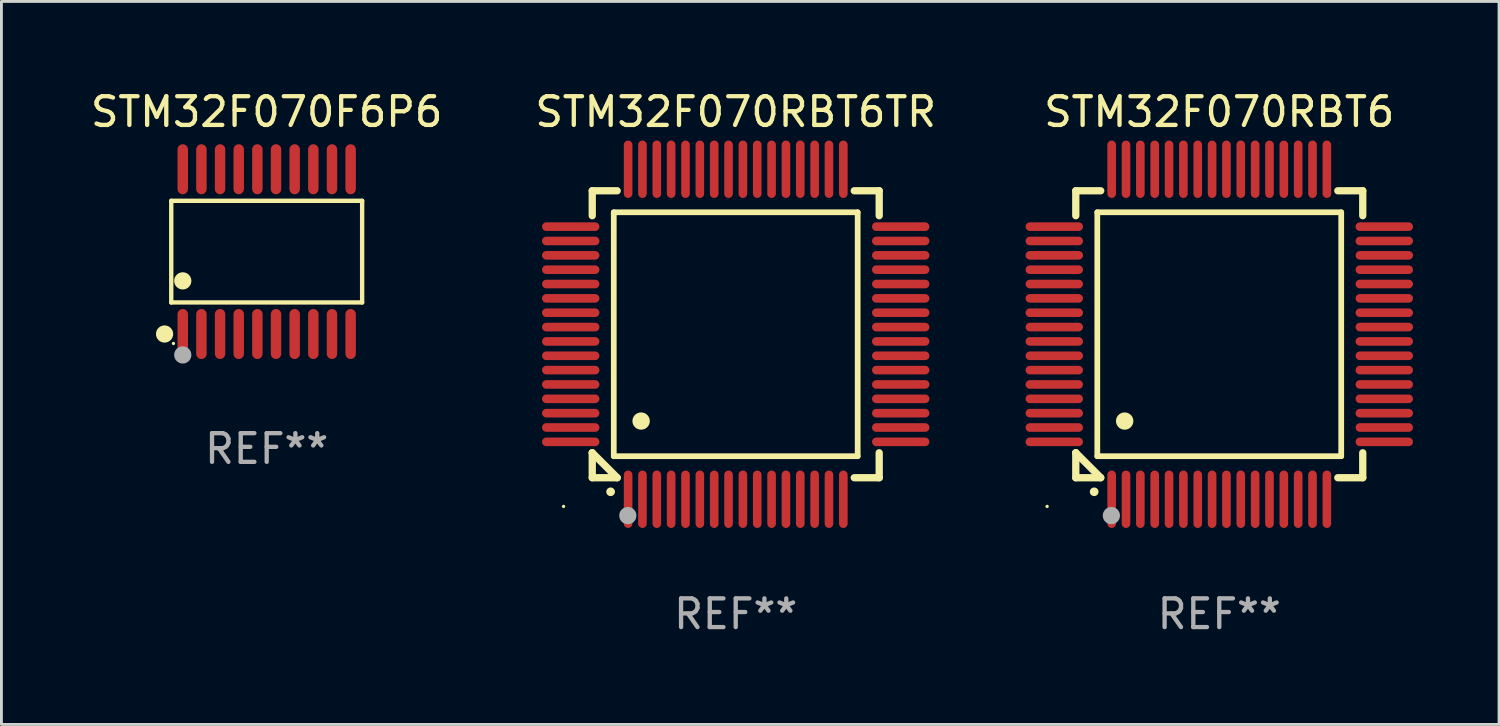
<source format=kicad_pcb>
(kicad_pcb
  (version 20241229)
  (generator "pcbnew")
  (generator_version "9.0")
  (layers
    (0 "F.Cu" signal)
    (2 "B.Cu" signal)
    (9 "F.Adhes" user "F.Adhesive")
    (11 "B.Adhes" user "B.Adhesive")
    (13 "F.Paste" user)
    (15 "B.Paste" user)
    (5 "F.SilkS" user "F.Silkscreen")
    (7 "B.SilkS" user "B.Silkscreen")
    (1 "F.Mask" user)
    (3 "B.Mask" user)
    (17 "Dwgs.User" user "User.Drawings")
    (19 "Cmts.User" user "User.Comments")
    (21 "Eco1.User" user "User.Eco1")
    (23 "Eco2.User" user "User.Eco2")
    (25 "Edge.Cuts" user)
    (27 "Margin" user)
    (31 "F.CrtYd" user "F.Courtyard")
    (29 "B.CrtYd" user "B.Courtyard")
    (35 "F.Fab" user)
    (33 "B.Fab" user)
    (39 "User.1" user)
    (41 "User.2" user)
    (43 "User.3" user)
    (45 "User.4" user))
  (footprint "STM32F070RBT6"
    (layer "F.Cu")
    (at 39.44 8.598)
    (property "Reference" "STM32F070RBT6" (at 0 -7.75 0) (layer "F.SilkS") (effects (font (size 1 1) (thickness 0.15))))
    (attr through_hole)
    (fp_line (start -5 -5) (end -4.131 -5) (stroke (width 0.254) (type solid)) (layer "F.SilkS"))
    (fp_line (start -5 -4.131) (end -5 -5) (stroke (width 0.254) (type solid)) (layer "F.SilkS"))
    (fp_line (start -5 4.131) (end -5 4.131) (stroke (width 0.254) (type solid)) (layer "F.SilkS"))
    (fp_line (start -5 5) (end -5 4.131) (stroke (width 0.254) (type solid)) (layer "F.SilkS"))
    (fp_line (start -5 4.131) (end -4.131 5) (stroke (width 0.254) (type solid)) (layer "F.SilkS"))
    (fp_line (start -4.25 -4.25) (end -4.25 4.25) (stroke (width 0.2) (type solid)) (layer "F.SilkS"))
    (fp_line (start -4.25 4.25) (end 4.25 4.25) (stroke (width 0.2) (type solid)) (layer "F.SilkS"))
    (fp_line (start -4.131 5) (end -5 5) (stroke (width 0.254) (type solid)) (layer "F.SilkS"))
    (fp_line (start 4.25 -4.25) (end -4.25 -4.25) (stroke (width 0.2) (type solid)) (layer "F.SilkS"))
    (fp_line (start 4.25 4.25) (end 4.25 -4.25) (stroke (width 0.2) (type solid)) (layer "F.SilkS"))
    (fp_line (start 5 -5) (end 4.131 -5) (stroke (width 0.254) (type solid)) (layer "F.SilkS"))
    (fp_line (start 5 -5) (end 5 -4.131) (stroke (width 0.254) (type solid)) (layer "F.SilkS"))
    (fp_line (start 5 4.131) (end 5 5) (stroke (width 0.254) (type solid)) (layer "F.SilkS"))
    (fp_line (start 5 5) (end 4.131 5) (stroke (width 0.254) (type solid)) (layer "F.SilkS"))
    (fp_arc (start -4.361265 5.489992) (mid -4.359995 5.489987) (end -4.358725 5.489992) (stroke (width 0.3) (type solid)) (layer "F.SilkS"))
    (fp_arc (start -3.299467 3.025146) (mid -3.296927 3.025135) (end -3.294387 3.025146) (stroke (width 0.6) (type solid)) (layer "F.SilkS"))
    (fp_circle (center -6 6) (end -5.97 6) (stroke (width 0.06) (type solid)) (fill no) (layer "F.SilkS"))
    (fp_circle (center -3.76 6.32) (end -3.61 6.32) (stroke (width 0.3) (type solid)) (fill no) (layer "F.Fab"))
    (fp_text user "REF**" (at 0 9.75 0) (layer "F.Fab") (effects (font (size 1 1) (thickness 0.15))))
    (pad "1" smd oval (at -3.75 5.75) (size 0.3 2) (layers "F.Cu" "F.Mask" "F.Paste"))
    (pad "2" smd oval (at -3.25 5.75) (size 0.3 2) (layers "F.Cu" "F.Mask" "F.Paste"))
    (pad "3" smd oval (at -2.75 5.75) (size 0.3 2) (layers "F.Cu" "F.Mask" "F.Paste"))
    (pad "4" smd oval (at -2.25 5.75) (size 0.3 2) (layers "F.Cu" "F.Mask" "F.Paste"))
    (pad "5" smd oval (at -1.75 5.75) (size 0.3 2) (layers "F.Cu" "F.Mask" "F.Paste"))
    (pad "6" smd oval (at -1.25 5.75) (size 0.3 2) (layers "F.Cu" "F.Mask" "F.Paste"))
    (pad "7" smd oval (at -0.75 5.75) (size 0.3 2) (layers "F.Cu" "F.Mask" "F.Paste"))
    (pad "8" smd oval (at -0.25 5.75) (size 0.3 2) (layers "F.Cu" "F.Mask" "F.Paste"))
    (pad "9" smd oval (at 0.25 5.75) (size 0.3 2) (layers "F.Cu" "F.Mask" "F.Paste"))
    (pad "10" smd oval (at 0.75 5.75) (size 0.3 2) (layers "F.Cu" "F.Mask" "F.Paste"))
    (pad "11" smd oval (at 1.25 5.75) (size 0.3 2) (layers "F.Cu" "F.Mask" "F.Paste"))
    (pad "12" smd oval (at 1.75 5.75) (size 0.3 2) (layers "F.Cu" "F.Mask" "F.Paste"))
    (pad "13" smd oval (at 2.25 5.75) (size 0.3 2) (layers "F.Cu" "F.Mask" "F.Paste"))
    (pad "14" smd oval (at 2.75 5.75) (size 0.3 2) (layers "F.Cu" "F.Mask" "F.Paste"))
    (pad "15" smd oval (at 3.25 5.75) (size 0.3 2) (layers "F.Cu" "F.Mask" "F.Paste"))
    (pad "16" smd oval (at 3.75 5.75) (size 0.3 2) (layers "F.Cu" "F.Mask" "F.Paste"))
    (pad "17" smd oval (at 5.75 3.75) (size 2 0.3) (layers "F.Cu" "F.Mask" "F.Paste"))
    (pad "18" smd oval (at 5.75 3.25) (size 2 0.3) (layers "F.Cu" "F.Mask" "F.Paste"))
    (pad "19" smd oval (at 5.75 2.75) (size 2 0.3) (layers "F.Cu" "F.Mask" "F.Paste"))
    (pad "20" smd oval (at 5.75 2.25) (size 2 0.3) (layers "F.Cu" "F.Mask" "F.Paste"))
    (pad "21" smd oval (at 5.75 1.75) (size 2 0.3) (layers "F.Cu" "F.Mask" "F.Paste"))
    (pad "22" smd oval (at 5.75 1.25) (size 2 0.3) (layers "F.Cu" "F.Mask" "F.Paste"))
    (pad "23" smd oval (at 5.75 0.75) (size 2 0.3) (layers "F.Cu" "F.Mask" "F.Paste"))
    (pad "24" smd oval (at 5.75 0.25) (size 2 0.3) (layers "F.Cu" "F.Mask" "F.Paste"))
    (pad "25" smd oval (at 5.75 -0.25) (size 2 0.3) (layers "F.Cu" "F.Mask" "F.Paste"))
    (pad "26" smd oval (at 5.75 -0.75) (size 2 0.3) (layers "F.Cu" "F.Mask" "F.Paste"))
    (pad "27" smd oval (at 5.75 -1.25) (size 2 0.3) (layers "F.Cu" "F.Mask" "F.Paste"))
    (pad "28" smd oval (at 5.75 -1.75) (size 2 0.3) (layers "F.Cu" "F.Mask" "F.Paste"))
    (pad "29" smd oval (at 5.75 -2.25) (size 2 0.3) (layers "F.Cu" "F.Mask" "F.Paste"))
    (pad "30" smd oval (at 5.75 -2.75) (size 2 0.3) (layers "F.Cu" "F.Mask" "F.Paste"))
    (pad "31" smd oval (at 5.75 -3.25) (size 2 0.3) (layers "F.Cu" "F.Mask" "F.Paste"))
    (pad "32" smd oval (at 5.75 -3.75) (size 2 0.3) (layers "F.Cu" "F.Mask" "F.Paste"))
    (pad "33" smd oval (at 3.75 -5.75) (size 0.3 2) (layers "F.Cu" "F.Mask" "F.Paste"))
    (pad "34" smd oval (at 3.25 -5.75) (size 0.3 2) (layers "F.Cu" "F.Mask" "F.Paste"))
    (pad "35" smd oval (at 2.75 -5.75) (size 0.3 2) (layers "F.Cu" "F.Mask" "F.Paste"))
    (pad "36" smd oval (at 2.25 -5.75) (size 0.3 2) (layers "F.Cu" "F.Mask" "F.Paste"))
    (pad "37" smd oval (at 1.75 -5.75) (size 0.3 2) (layers "F.Cu" "F.Mask" "F.Paste"))
    (pad "38" smd oval (at 1.25 -5.75) (size 0.3 2) (layers "F.Cu" "F.Mask" "F.Paste"))
    (pad "39" smd oval (at 0.75 -5.75) (size 0.3 2) (layers "F.Cu" "F.Mask" "F.Paste"))
    (pad "40" smd oval (at 0.25 -5.75) (size 0.3 2) (layers "F.Cu" "F.Mask" "F.Paste"))
    (pad "41" smd oval (at -0.25 -5.75) (size 0.3 2) (layers "F.Cu" "F.Mask" "F.Paste"))
    (pad "42" smd oval (at -0.75 -5.75) (size 0.3 2) (layers "F.Cu" "F.Mask" "F.Paste"))
    (pad "43" smd oval (at -1.25 -5.75) (size 0.3 2) (layers "F.Cu" "F.Mask" "F.Paste"))
    (pad "44" smd oval (at -1.75 -5.75) (size 0.3 2) (layers "F.Cu" "F.Mask" "F.Paste"))
    (pad "45" smd oval (at -2.25 -5.75) (size 0.3 2) (layers "F.Cu" "F.Mask" "F.Paste"))
    (pad "46" smd oval (at -2.75 -5.75) (size 0.3 2) (layers "F.Cu" "F.Mask" "F.Paste"))
    (pad "47" smd oval (at -3.25 -5.75) (size 0.3 2) (layers "F.Cu" "F.Mask" "F.Paste"))
    (pad "48" smd oval (at -3.75 -5.75) (size 0.3 2) (layers "F.Cu" "F.Mask" "F.Paste"))
    (pad "49" smd oval (at -5.75 -3.75) (size 2 0.3) (layers "F.Cu" "F.Mask" "F.Paste"))
    (pad "50" smd oval (at -5.75 -3.25) (size 2 0.3) (layers "F.Cu" "F.Mask" "F.Paste"))
    (pad "51" smd oval (at -5.75 -2.75) (size 2 0.3) (layers "F.Cu" "F.Mask" "F.Paste"))
    (pad "52" smd oval (at -5.75 -2.25) (size 2 0.3) (layers "F.Cu" "F.Mask" "F.Paste"))
    (pad "53" smd oval (at -5.75 -1.75) (size 2 0.3) (layers "F.Cu" "F.Mask" "F.Paste"))
    (pad "54" smd oval (at -5.75 -1.25) (size 2 0.3) (layers "F.Cu" "F.Mask" "F.Paste"))
    (pad "55" smd oval (at -5.75 -0.75) (size 2 0.3) (layers "F.Cu" "F.Mask" "F.Paste"))
    (pad "56" smd oval (at -5.75 -0.25) (size 2 0.3) (layers "F.Cu" "F.Mask" "F.Paste"))
    (pad "57" smd oval (at -5.75 0.25) (size 2 0.3) (layers "F.Cu" "F.Mask" "F.Paste"))
    (pad "58" smd oval (at -5.75 0.75) (size 2 0.3) (layers "F.Cu" "F.Mask" "F.Paste"))
    (pad "59" smd oval (at -5.75 1.25) (size 2 0.3) (layers "F.Cu" "F.Mask" "F.Paste"))
    (pad "60" smd oval (at -5.75 1.75) (size 2 0.3) (layers "F.Cu" "F.Mask" "F.Paste"))
    (pad "61" smd oval (at -5.75 2.25) (size 2 0.3) (layers "F.Cu" "F.Mask" "F.Paste"))
    (pad "62" smd oval (at -5.75 2.75) (size 2 0.3) (layers "F.Cu" "F.Mask" "F.Paste"))
    (pad "63" smd oval (at -5.75 3.25) (size 2 0.3) (layers "F.Cu" "F.Mask" "F.Paste"))
    (pad "64" smd oval (at -5.75 3.75) (size 2 0.3) (layers "F.Cu" "F.Mask" "F.Paste")))
  (footprint "STM32F070F6P6"
    (layer "F.Cu")
    (at 6.244 5.719)
    (property "Reference" "STM32F070F6P6" (at 0 -4.871 0) (layer "F.SilkS") (effects (font (size 1 1) (thickness 0.15))))
    (attr through_hole)
    (fp_line (start -3.326 -1.771) (end 3.326 -1.771) (stroke (width 0.152) (type solid)) (layer "F.SilkS"))
    (fp_line (start -3.326 1.771) (end -3.326 -1.771) (stroke (width 0.152) (type solid)) (layer "F.SilkS"))
    (fp_line (start 3.326 -1.771) (end 3.326 1.771) (stroke (width 0.152) (type solid)) (layer "F.SilkS"))
    (fp_line (start 3.326 1.771) (end -3.326 1.771) (stroke (width 0.152) (type solid)) (layer "F.SilkS"))
    (fp_circle (center -3.559 2.871) (end -3.409 2.871) (stroke (width 0.3) (type solid)) (fill no) (layer "F.SilkS"))
    (fp_circle (center -3.25 3.2) (end -3.22 3.2) (stroke (width 0.06) (type solid)) (fill no) (layer "F.SilkS"))
    (fp_circle (center -2.925 1.019) (end -2.775 1.019) (stroke (width 0.3) (type solid)) (fill no) (layer "F.SilkS"))
    (fp_circle (center -2.925 3.6) (end -2.775 3.6) (stroke (width 0.3) (type solid)) (fill no) (layer "F.Fab"))
    (fp_text user "REF**" (at 0 6.871 0) (layer "F.Fab") (effects (font (size 1 1) (thickness 0.15))))
    (pad "1" smd oval (at -2.925 2.871) (size 0.364 1.742) (layers "F.Cu" "F.Mask" "F.Paste"))
    (pad "2" smd oval (at -2.275 2.871) (size 0.364 1.742) (layers "F.Cu" "F.Mask" "F.Paste"))
    (pad "3" smd oval (at -1.625 2.871) (size 0.364 1.742) (layers "F.Cu" "F.Mask" "F.Paste"))
    (pad "4" smd oval (at -0.975 2.871) (size 0.364 1.742) (layers "F.Cu" "F.Mask" "F.Paste"))
    (pad "5" smd oval (at -0.325 2.871) (size 0.364 1.742) (layers "F.Cu" "F.Mask" "F.Paste"))
    (pad "6" smd oval (at 0.325 2.871) (size 0.364 1.742) (layers "F.Cu" "F.Mask" "F.Paste"))
    (pad "7" smd oval (at 0.975 2.871) (size 0.364 1.742) (layers "F.Cu" "F.Mask" "F.Paste"))
    (pad "8" smd oval (at 1.625 2.871) (size 0.364 1.742) (layers "F.Cu" "F.Mask" "F.Paste"))
    (pad "9" smd oval (at 2.275 2.871) (size 0.364 1.742) (layers "F.Cu" "F.Mask" "F.Paste"))
    (pad "10" smd oval (at 2.925 2.871) (size 0.364 1.742) (layers "F.Cu" "F.Mask" "F.Paste"))
    (pad "11" smd oval (at 2.925 -2.871) (size 0.364 1.742) (layers "F.Cu" "F.Mask" "F.Paste"))
    (pad "12" smd oval (at 2.275 -2.871) (size 0.364 1.742) (layers "F.Cu" "F.Mask" "F.Paste"))
    (pad "13" smd oval (at 1.625 -2.871) (size 0.364 1.742) (layers "F.Cu" "F.Mask" "F.Paste"))
    (pad "14" smd oval (at 0.975 -2.871) (size 0.364 1.742) (layers "F.Cu" "F.Mask" "F.Paste"))
    (pad "15" smd oval (at 0.325 -2.871) (size 0.364 1.742) (layers "F.Cu" "F.Mask" "F.Paste"))
    (pad "16" smd oval (at -0.325 -2.871) (size 0.364 1.742) (layers "F.Cu" "F.Mask" "F.Paste"))
    (pad "17" smd oval (at -0.975 -2.871) (size 0.364 1.742) (layers "F.Cu" "F.Mask" "F.Paste"))
    (pad "18" smd oval (at -1.625 -2.871) (size 0.364 1.742) (layers "F.Cu" "F.Mask" "F.Paste"))
    (pad "19" smd oval (at -2.275 -2.871) (size 0.364 1.742) (layers "F.Cu" "F.Mask" "F.Paste"))
    (pad "20" smd oval (at -2.925 -2.871) (size 0.364 1.742) (layers "F.Cu" "F.Mask" "F.Paste")))
  (footprint "STM32F070RBT6TR"
    (layer "F.Cu")
    (at 22.589 8.598)
    (property "Reference" "STM32F070RBT6TR" (at 0 -7.75 0) (layer "F.SilkS") (effects (font (size 1 1) (thickness 0.15))))
    (attr through_hole)
    (fp_line (start -5 -5) (end -4.131 -5) (stroke (width 0.254) (type solid)) (layer "F.SilkS"))
    (fp_line (start -5 -4.131) (end -5 -5) (stroke (width 0.254) (type solid)) (layer "F.SilkS"))
    (fp_line (start -5 4.131) (end -5 4.131) (stroke (width 0.254) (type solid)) (layer "F.SilkS"))
    (fp_line (start -5 5) (end -5 4.131) (stroke (width 0.254) (type solid)) (layer "F.SilkS"))
    (fp_line (start -5 4.131) (end -4.131 5) (stroke (width 0.254) (type solid)) (layer "F.SilkS"))
    (fp_line (start -4.25 -4.25) (end -4.25 4.25) (stroke (width 0.2) (type solid)) (layer "F.SilkS"))
    (fp_line (start -4.25 4.25) (end 4.25 4.25) (stroke (width 0.2) (type solid)) (layer "F.SilkS"))
    (fp_line (start -4.131 5) (end -5 5) (stroke (width 0.254) (type solid)) (layer "F.SilkS"))
    (fp_line (start 4.25 -4.25) (end -4.25 -4.25) (stroke (width 0.2) (type solid)) (layer "F.SilkS"))
    (fp_line (start 4.25 4.25) (end 4.25 -4.25) (stroke (width 0.2) (type solid)) (layer "F.SilkS"))
    (fp_line (start 5 -5) (end 4.131 -5) (stroke (width 0.254) (type solid)) (layer "F.SilkS"))
    (fp_line (start 5 -5) (end 5 -4.131) (stroke (width 0.254) (type solid)) (layer "F.SilkS"))
    (fp_line (start 5 4.131) (end 5 5) (stroke (width 0.254) (type solid)) (layer "F.SilkS"))
    (fp_line (start 5 5) (end 4.131 5) (stroke (width 0.254) (type solid)) (layer "F.SilkS"))
    (fp_arc (start -4.361265 5.489992) (mid -4.359995 5.489987) (end -4.358725 5.489992) (stroke (width 0.3) (type solid)) (layer "F.SilkS"))
    (fp_arc (start -3.299467 3.025146) (mid -3.296927 3.025135) (end -3.294387 3.025146) (stroke (width 0.6) (type solid)) (layer "F.SilkS"))
    (fp_circle (center -6 6) (end -5.97 6) (stroke (width 0.06) (type solid)) (fill no) (layer "F.SilkS"))
    (fp_circle (center -3.76 6.32) (end -3.61 6.32) (stroke (width 0.3) (type solid)) (fill no) (layer "F.Fab"))
    (fp_text user "REF**" (at 0 9.75 0) (layer "F.Fab") (effects (font (size 1 1) (thickness 0.15))))
    (pad "1" smd oval (at -3.75 5.75) (size 0.3 2) (layers "F.Cu" "F.Mask" "F.Paste"))
    (pad "2" smd oval (at -3.25 5.75) (size 0.3 2) (layers "F.Cu" "F.Mask" "F.Paste"))
    (pad "3" smd oval (at -2.75 5.75) (size 0.3 2) (layers "F.Cu" "F.Mask" "F.Paste"))
    (pad "4" smd oval (at -2.25 5.75) (size 0.3 2) (layers "F.Cu" "F.Mask" "F.Paste"))
    (pad "5" smd oval (at -1.75 5.75) (size 0.3 2) (layers "F.Cu" "F.Mask" "F.Paste"))
    (pad "6" smd oval (at -1.25 5.75) (size 0.3 2) (layers "F.Cu" "F.Mask" "F.Paste"))
    (pad "7" smd oval (at -0.75 5.75) (size 0.3 2) (layers "F.Cu" "F.Mask" "F.Paste"))
    (pad "8" smd oval (at -0.25 5.75) (size 0.3 2) (layers "F.Cu" "F.Mask" "F.Paste"))
    (pad "9" smd oval (at 0.25 5.75) (size 0.3 2) (layers "F.Cu" "F.Mask" "F.Paste"))
    (pad "10" smd oval (at 0.75 5.75) (size 0.3 2) (layers "F.Cu" "F.Mask" "F.Paste"))
    (pad "11" smd oval (at 1.25 5.75) (size 0.3 2) (layers "F.Cu" "F.Mask" "F.Paste"))
    (pad "12" smd oval (at 1.75 5.75) (size 0.3 2) (layers "F.Cu" "F.Mask" "F.Paste"))
    (pad "13" smd oval (at 2.25 5.75) (size 0.3 2) (layers "F.Cu" "F.Mask" "F.Paste"))
    (pad "14" smd oval (at 2.75 5.75) (size 0.3 2) (layers "F.Cu" "F.Mask" "F.Paste"))
    (pad "15" smd oval (at 3.25 5.75) (size 0.3 2) (layers "F.Cu" "F.Mask" "F.Paste"))
    (pad "16" smd oval (at 3.75 5.75) (size 0.3 2) (layers "F.Cu" "F.Mask" "F.Paste"))
    (pad "17" smd oval (at 5.75 3.75) (size 2 0.3) (layers "F.Cu" "F.Mask" "F.Paste"))
    (pad "18" smd oval (at 5.75 3.25) (size 2 0.3) (layers "F.Cu" "F.Mask" "F.Paste"))
    (pad "19" smd oval (at 5.75 2.75) (size 2 0.3) (layers "F.Cu" "F.Mask" "F.Paste"))
    (pad "20" smd oval (at 5.75 2.25) (size 2 0.3) (layers "F.Cu" "F.Mask" "F.Paste"))
    (pad "21" smd oval (at 5.75 1.75) (size 2 0.3) (layers "F.Cu" "F.Mask" "F.Paste"))
    (pad "22" smd oval (at 5.75 1.25) (size 2 0.3) (layers "F.Cu" "F.Mask" "F.Paste"))
    (pad "23" smd oval (at 5.75 0.75) (size 2 0.3) (layers "F.Cu" "F.Mask" "F.Paste"))
    (pad "24" smd oval (at 5.75 0.25) (size 2 0.3) (layers "F.Cu" "F.Mask" "F.Paste"))
    (pad "25" smd oval (at 5.75 -0.25) (size 2 0.3) (layers "F.Cu" "F.Mask" "F.Paste"))
    (pad "26" smd oval (at 5.75 -0.75) (size 2 0.3) (layers "F.Cu" "F.Mask" "F.Paste"))
    (pad "27" smd oval (at 5.75 -1.25) (size 2 0.3) (layers "F.Cu" "F.Mask" "F.Paste"))
    (pad "28" smd oval (at 5.75 -1.75) (size 2 0.3) (layers "F.Cu" "F.Mask" "F.Paste"))
    (pad "29" smd oval (at 5.75 -2.25) (size 2 0.3) (layers "F.Cu" "F.Mask" "F.Paste"))
    (pad "30" smd oval (at 5.75 -2.75) (size 2 0.3) (layers "F.Cu" "F.Mask" "F.Paste"))
    (pad "31" smd oval (at 5.75 -3.25) (size 2 0.3) (layers "F.Cu" "F.Mask" "F.Paste"))
    (pad "32" smd oval (at 5.75 -3.75) (size 2 0.3) (layers "F.Cu" "F.Mask" "F.Paste"))
    (pad "33" smd oval (at 3.75 -5.75) (size 0.3 2) (layers "F.Cu" "F.Mask" "F.Paste"))
    (pad "34" smd oval (at 3.25 -5.75) (size 0.3 2) (layers "F.Cu" "F.Mask" "F.Paste"))
    (pad "35" smd oval (at 2.75 -5.75) (size 0.3 2) (layers "F.Cu" "F.Mask" "F.Paste"))
    (pad "36" smd oval (at 2.25 -5.75) (size 0.3 2) (layers "F.Cu" "F.Mask" "F.Paste"))
    (pad "37" smd oval (at 1.75 -5.75) (size 0.3 2) (layers "F.Cu" "F.Mask" "F.Paste"))
    (pad "38" smd oval (at 1.25 -5.75) (size 0.3 2) (layers "F.Cu" "F.Mask" "F.Paste"))
    (pad "39" smd oval (at 0.75 -5.75) (size 0.3 2) (layers "F.Cu" "F.Mask" "F.Paste"))
    (pad "40" smd oval (at 0.25 -5.75) (size 0.3 2) (layers "F.Cu" "F.Mask" "F.Paste"))
    (pad "41" smd oval (at -0.25 -5.75) (size 0.3 2) (layers "F.Cu" "F.Mask" "F.Paste"))
    (pad "42" smd oval (at -0.75 -5.75) (size 0.3 2) (layers "F.Cu" "F.Mask" "F.Paste"))
    (pad "43" smd oval (at -1.25 -5.75) (size 0.3 2) (layers "F.Cu" "F.Mask" "F.Paste"))
    (pad "44" smd oval (at -1.75 -5.75) (size 0.3 2) (layers "F.Cu" "F.Mask" "F.Paste"))
    (pad "45" smd oval (at -2.25 -5.75) (size 0.3 2) (layers "F.Cu" "F.Mask" "F.Paste"))
    (pad "46" smd oval (at -2.75 -5.75) (size 0.3 2) (layers "F.Cu" "F.Mask" "F.Paste"))
    (pad "47" smd oval (at -3.25 -5.75) (size 0.3 2) (layers "F.Cu" "F.Mask" "F.Paste"))
    (pad "48" smd oval (at -3.75 -5.75) (size 0.3 2) (layers "F.Cu" "F.Mask" "F.Paste"))
    (pad "49" smd oval (at -5.75 -3.75) (size 2 0.3) (layers "F.Cu" "F.Mask" "F.Paste"))
    (pad "50" smd oval (at -5.75 -3.25) (size 2 0.3) (layers "F.Cu" "F.Mask" "F.Paste"))
    (pad "51" smd oval (at -5.75 -2.75) (size 2 0.3) (layers "F.Cu" "F.Mask" "F.Paste"))
    (pad "52" smd oval (at -5.75 -2.25) (size 2 0.3) (layers "F.Cu" "F.Mask" "F.Paste"))
    (pad "53" smd oval (at -5.75 -1.75) (size 2 0.3) (layers "F.Cu" "F.Mask" "F.Paste"))
    (pad "54" smd oval (at -5.75 -1.25) (size 2 0.3) (layers "F.Cu" "F.Mask" "F.Paste"))
    (pad "55" smd oval (at -5.75 -0.75) (size 2 0.3) (layers "F.Cu" "F.Mask" "F.Paste"))
    (pad "56" smd oval (at -5.75 -0.25) (size 2 0.3) (layers "F.Cu" "F.Mask" "F.Paste"))
    (pad "57" smd oval (at -5.75 0.25) (size 2 0.3) (layers "F.Cu" "F.Mask" "F.Paste"))
    (pad "58" smd oval (at -5.75 0.75) (size 2 0.3) (layers "F.Cu" "F.Mask" "F.Paste"))
    (pad "59" smd oval (at -5.75 1.25) (size 2 0.3) (layers "F.Cu" "F.Mask" "F.Paste"))
    (pad "60" smd oval (at -5.75 1.75) (size 2 0.3) (layers "F.Cu" "F.Mask" "F.Paste"))
    (pad "61" smd oval (at -5.75 2.25) (size 2 0.3) (layers "F.Cu" "F.Mask" "F.Paste"))
    (pad "62" smd oval (at -5.75 2.75) (size 2 0.3) (layers "F.Cu" "F.Mask" "F.Paste"))
    (pad "63" smd oval (at -5.75 3.25) (size 2 0.3) (layers "F.Cu" "F.Mask" "F.Paste"))
    (pad "64" smd oval (at -5.75 3.75) (size 2 0.3) (layers "F.Cu" "F.Mask" "F.Paste")))
  (gr_rect
    (start -3 -3)
    (end 49.19 22.196)
    (stroke (width 0.1) (type default))
    (fill no)
    (layer "Edge.Cuts")))
</source>
